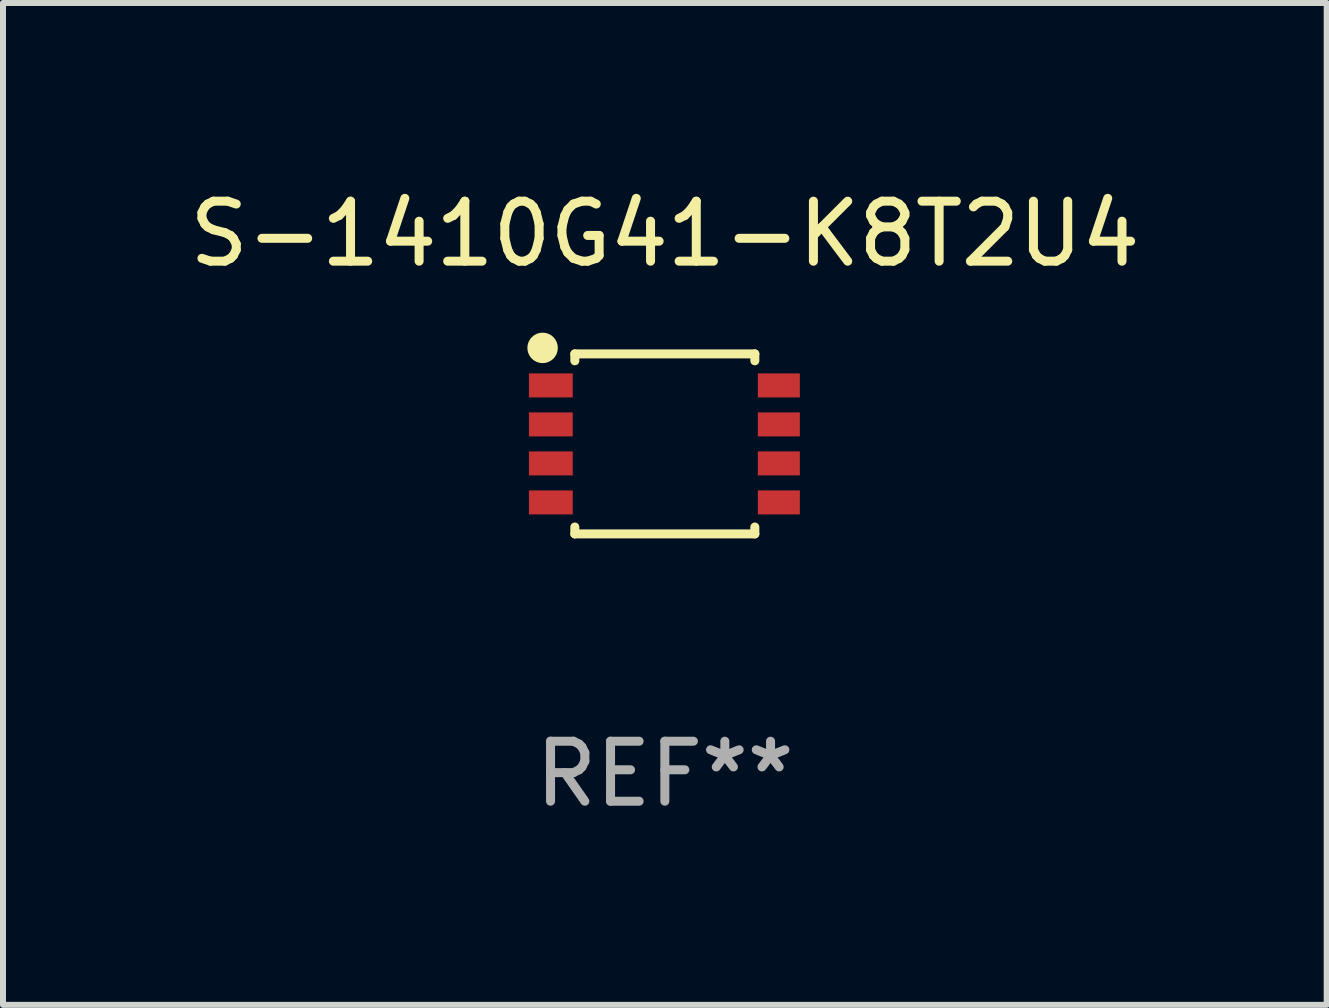
<source format=kicad_pcb>
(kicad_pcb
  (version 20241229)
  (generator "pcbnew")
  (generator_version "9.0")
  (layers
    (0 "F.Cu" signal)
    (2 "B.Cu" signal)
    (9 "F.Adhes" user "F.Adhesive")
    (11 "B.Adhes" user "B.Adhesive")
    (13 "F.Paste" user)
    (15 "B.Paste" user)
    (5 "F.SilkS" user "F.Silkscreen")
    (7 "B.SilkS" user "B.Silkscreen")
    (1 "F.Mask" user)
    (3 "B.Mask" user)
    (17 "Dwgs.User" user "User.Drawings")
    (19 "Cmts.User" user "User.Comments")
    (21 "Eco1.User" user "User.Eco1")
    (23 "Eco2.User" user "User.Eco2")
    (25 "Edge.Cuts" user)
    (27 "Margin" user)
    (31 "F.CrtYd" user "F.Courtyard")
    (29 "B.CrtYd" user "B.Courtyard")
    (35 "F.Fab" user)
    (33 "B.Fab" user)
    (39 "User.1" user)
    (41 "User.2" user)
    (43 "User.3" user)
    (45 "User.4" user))
  (footprint "S-1410G41-K8T2U4"
    (layer "F.Cu")
    (at 8.03 4.348)
    (property "Reference" "S-1410G41-K8T2U4" (at 0 -3.5 0) (layer "F.SilkS") (effects (font (size 1 1) (thickness 0.15))))
    (attr through_hole)
    (fp_line (start -1.5 -1.5) (end 1.5 -1.5) (stroke (width 0.15) (type solid)) (layer "F.SilkS"))
    (fp_line (start -1.5 -1.385) (end -1.5 -1.5) (stroke (width 0.15) (type solid)) (layer "F.SilkS"))
    (fp_line (start -1.5 1.5) (end -1.5 1.385) (stroke (width 0.15) (type solid)) (layer "F.SilkS"))
    (fp_line (start 1.5 -1.5) (end 1.5 -1.385) (stroke (width 0.15) (type solid)) (layer "F.SilkS"))
    (fp_line (start 1.5 1.385) (end 1.5 1.5) (stroke (width 0.15) (type solid)) (layer "F.SilkS"))
    (fp_line (start 1.5 1.5) (end -1.5 1.5) (stroke (width 0.15) (type solid)) (layer "F.SilkS"))
    (fp_circle (center -2.037 -1.6) (end -1.91 -1.6) (stroke (width 0.254) (type solid)) (fill no) (layer "F.SilkS"))
    (fp_text user "REF**" (at 0 5.5 0) (layer "F.Fab") (effects (font (size 1 1) (thickness 0.15))))
    (pad "1" smd rect (at -1.9 -0.975 180) (size 0.73 0.4) (layers "F.Cu" "F.Mask" "F.Paste"))
    (pad "2" smd rect (at -1.9 -0.325 180) (size 0.73 0.4) (layers "F.Cu" "F.Mask" "F.Paste"))
    (pad "3" smd rect (at -1.9 0.325 180) (size 0.73 0.4) (layers "F.Cu" "F.Mask" "F.Paste"))
    (pad "4" smd rect (at -1.9 0.975 180) (size 0.73 0.4) (layers "F.Cu" "F.Mask" "F.Paste"))
    (pad "5" smd rect (at 1.9 0.975 180) (size 0.7 0.4) (layers "F.Cu" "F.Mask" "F.Paste"))
    (pad "6" smd rect (at 1.9 0.325 180) (size 0.7 0.4) (layers "F.Cu" "F.Mask" "F.Paste"))
    (pad "7" smd rect (at 1.9 -0.325 180) (size 0.7 0.4) (layers "F.Cu" "F.Mask" "F.Paste"))
    (pad "8" smd rect (at 1.9 -0.975 180) (size 0.7 0.4) (layers "F.Cu" "F.Mask" "F.Paste")))
  (gr_rect
    (start -3 -3)
    (end 19.06 13.697)
    (stroke (width 0.1) (type default))
    (fill no)
    (layer "Edge.Cuts")))
</source>
